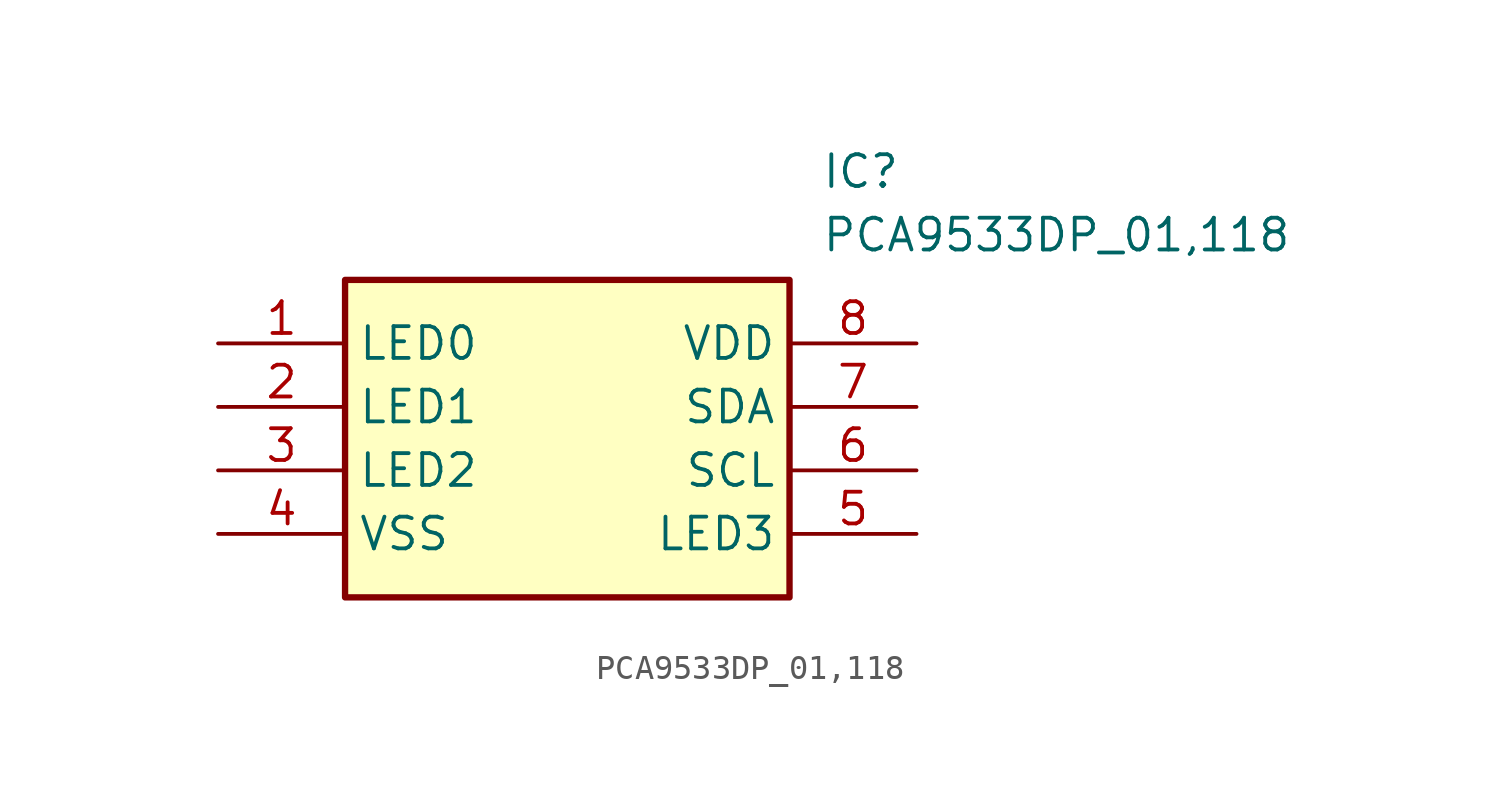
<source format=kicad_sym>
(kicad_symbol_lib
  (version 20211014)
  (generator SamacSys_ECAD_Model)
  (symbol "PCA9533DP_01,118"
    (property "Reference" "IC"
      (at 24.13 7.62 0)
      (effects (font (size 1.27 1.27)) (justify left top)))
    (property "Value" "PCA9533DP_01,118"
      (at 24.13 5.08 0)
      (effects (font (size 1.27 1.27)) (justify left top)))
    (rectangle
      (start 5.08 2.54)
      (end 22.86 -10.16)
      (stroke (width 0.254) (type default))
      (fill (type background)))
    (pin passive line
      (at 0 0 0)
      (length 5.08)
      (name "LED0" (effects (font (size 1.27 1.27))))
      (number "1" (effects (font (size 1.27 1.27)))))
    (pin passive line
      (at 0 -2.54 0)
      (length 5.08)
      (name "LED1" (effects (font (size 1.27 1.27))))
      (number "2" (effects (font (size 1.27 1.27)))))
    (pin passive line
      (at 0 -5.08 0)
      (length 5.08)
      (name "LED2" (effects (font (size 1.27 1.27))))
      (number "3" (effects (font (size 1.27 1.27)))))
    (pin passive line
      (at 0 -7.62 0)
      (length 5.08)
      (name "VSS" (effects (font (size 1.27 1.27))))
      (number "4" (effects (font (size 1.27 1.27)))))
    (pin passive line
      (at 27.94 0 180)
      (length 5.08)
      (name "VDD" (effects (font (size 1.27 1.27))))
      (number "8" (effects (font (size 1.27 1.27)))))
    (pin passive line
      (at 27.94 -2.54 180)
      (length 5.08)
      (name "SDA" (effects (font (size 1.27 1.27))))
      (number "7" (effects (font (size 1.27 1.27)))))
    (pin passive line
      (at 27.94 -5.08 180)
      (length 5.08)
      (name "SCL" (effects (font (size 1.27 1.27))))
      (number "6" (effects (font (size 1.27 1.27)))))
    (pin passive line
      (at 27.94 -7.62 180)
      (length 5.08)
      (name "LED3" (effects (font (size 1.27 1.27))))
      (number "5" (effects (font (size 1.27 1.27)))))))
</source>
